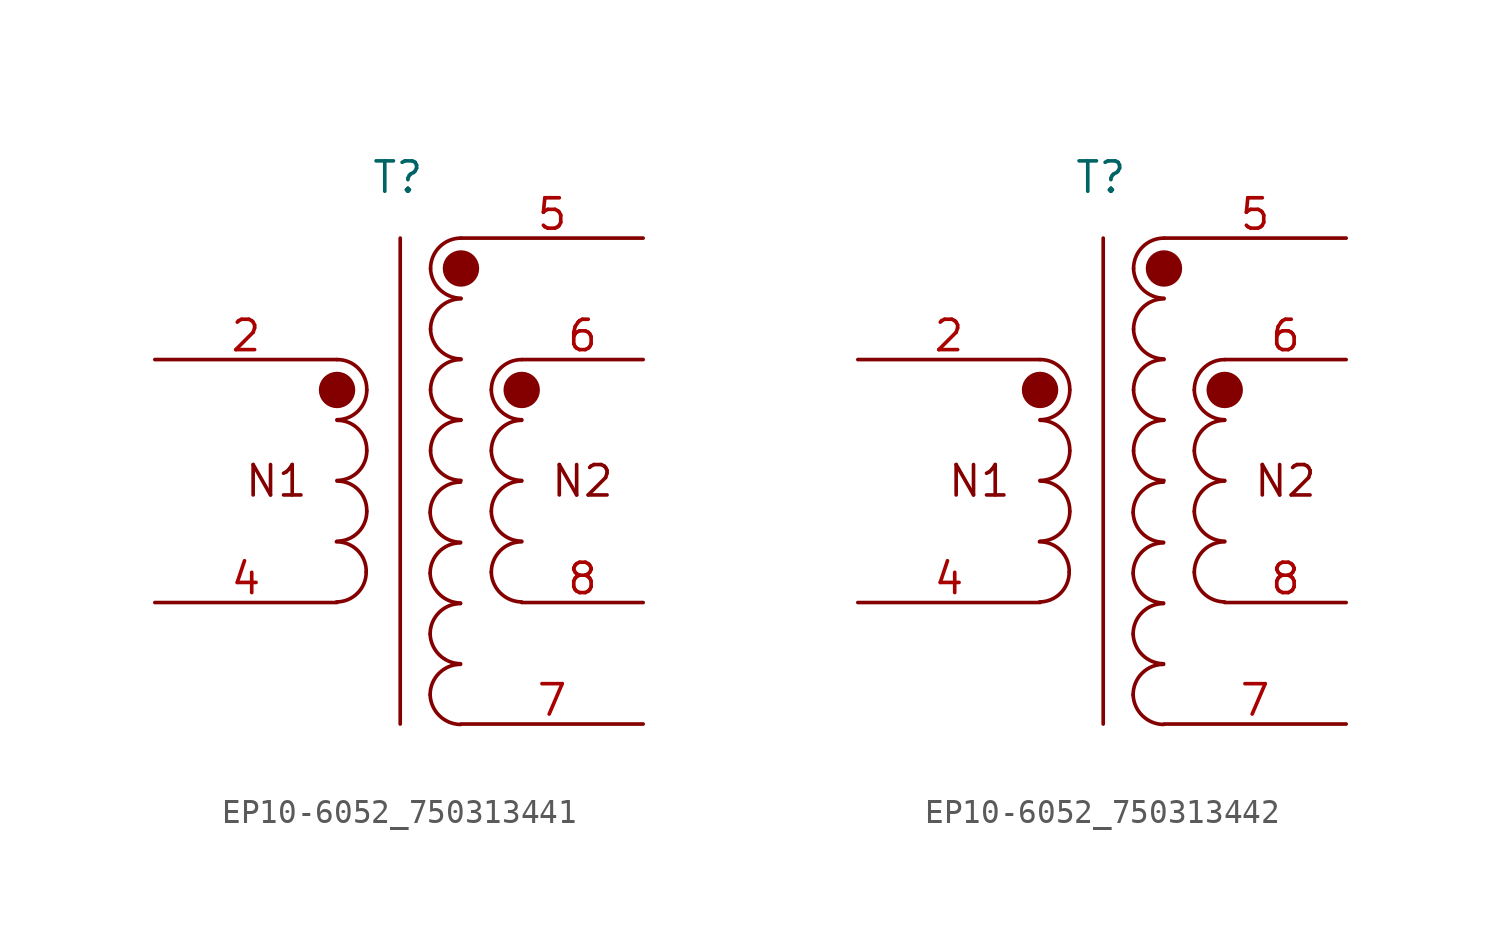
<source format=kicad_sym>
(kicad_symbol_lib
  (version 20220914)
  (generator kicad_symbol_editor)
  (symbol "EP10-6052_750313441"
    (pin_names hide)
    (property "Reference" "T"
      (at 0 12.7 0)
      (effects (font (size 1.27 1.27))))
    (property "Critical Parameter" ""
      (at 0 -5.08 0)
      (effects (font (size 1.27 1.27))))
    (symbol "EP10-6052_750313441_0_1"
      (arc (start -2.5654 -5.0546) (mid -1.6855 -4.6899) (end -1.3208 -3.81) (stroke (width 0) (type default)) (fill (type none)))
      (arc (start -2.54 -2.5146) (mid -1.6596 -2.1504) (end -1.2954 -1.27) (stroke (width 0) (type default)) (fill (type none)))
      (arc (start -2.54 0.0254) (mid -1.6596 0.3896) (end -1.2954 1.27) (stroke (width 0) (type default)) (fill (type none)))
      (arc (start -2.54 2.5654) (mid -1.6596 2.9296) (end -1.2954 3.81) (stroke (width 0) (type default)) (fill (type none)))
      (arc (start -1.3208 -3.81) (mid -1.6712 -2.9086) (end -2.5654 -2.54) (stroke (width 0) (type default)) (fill (type none)))
      (arc (start -1.2954 -1.27) (mid -1.6455 -0.3683) (end -2.54 0) (stroke (width 0) (type default)) (fill (type none)))
      (arc (start -1.2954 1.27) (mid -1.6455 2.1717) (end -2.54 2.54) (stroke (width 0) (type default)) (fill (type none)))
      (arc (start -1.2954 3.81) (mid -1.6455 4.7117) (end -2.54 5.08) (stroke (width 0) (type default)) (fill (type none)))
      (polyline (pts (xy 0.102 10.16) (xy 0.102 -10.16)) (stroke (width 0) (type default)) (fill (type none)))
      (arc (start 1.3531 -8.9345) (mid 1.7392 -9.8108) (end 2.6231 -10.1791) (stroke (width 0) (type default)) (fill (type none)))
      (arc (start 1.3531 -6.3945) (mid 1.7392 -7.2708) (end 2.6231 -7.6391) (stroke (width 0) (type default)) (fill (type none)))
      (arc (start 1.3531 -3.8545) (mid 1.7392 -4.7308) (end 2.6231 -5.0991) (stroke (width 0) (type default)) (fill (type none)))
      (arc (start 1.3531 -1.3145) (mid 1.7392 -2.1908) (end 2.6231 -2.5591) (stroke (width 0) (type default)) (fill (type none)))
      (arc (start 1.3716 1.27) (mid 1.7577 0.3937) (end 2.6416 0.0254) (stroke (width 0) (type default)) (fill (type none)))
      (arc (start 1.3716 3.81) (mid 1.7577 2.9337) (end 2.6416 2.5654) (stroke (width 0) (type default)) (fill (type none)))
      (arc (start 1.3716 6.35) (mid 1.7577 5.4737) (end 2.6416 5.1054) (stroke (width 0) (type default)) (fill (type none)))
      (arc (start 1.3716 8.89) (mid 1.7577 8.0137) (end 2.6416 7.6454) (stroke (width 0) (type default)) (fill (type none)))
      (arc (start 2.6231 -7.6645) (mid 1.7252 -8.0366) (end 1.3531 -8.9345) (stroke (width 0) (type default)) (fill (type none)))
      (arc (start 2.6231 -5.1245) (mid 1.7252 -5.4966) (end 1.3531 -6.3945) (stroke (width 0) (type default)) (fill (type none)))
      (arc (start 2.6231 -2.5845) (mid 1.7252 -2.9566) (end 1.3531 -3.8545) (stroke (width 0) (type default)) (fill (type none)))
      (arc (start 2.6231 -0.0445) (mid 1.7252 -0.4166) (end 1.3531 -1.3145) (stroke (width 0) (type default)) (fill (type none)))
      (arc (start 2.6416 2.54) (mid 1.7436 2.168) (end 1.3716 1.27) (stroke (width 0) (type default)) (fill (type none)))
      (arc (start 2.6416 5.08) (mid 1.7436 4.708) (end 1.3716 3.81) (stroke (width 0) (type default)) (fill (type none)))
      (arc (start 2.6416 7.62) (mid 1.7436 7.248) (end 1.3716 6.35) (stroke (width 0) (type default)) (fill (type none)))
      (arc (start 2.6416 10.16) (mid 1.7436 9.788) (end 1.3716 8.89) (stroke (width 0) (type default)) (fill (type none)))
      (arc (start 3.9116 -3.81) (mid 4.2976 -4.6864) (end 5.1816 -5.0546) (stroke (width 0) (type default)) (fill (type none)))
      (arc (start 3.9116 -1.27) (mid 4.2976 -2.1464) (end 5.1816 -2.5146) (stroke (width 0) (type default)) (fill (type none)))
      (arc (start 3.9116 1.27) (mid 4.2976 0.3936) (end 5.1816 0.0254) (stroke (width 0) (type default)) (fill (type none)))
      (arc (start 3.9116 3.81) (mid 4.2976 2.9336) (end 5.1816 2.5654) (stroke (width 0) (type default)) (fill (type none)))
      (arc (start 5.1816 -2.54) (mid 4.2836 -2.912) (end 3.9116 -3.81) (stroke (width 0) (type default)) (fill (type none)))
      (arc (start 5.1816 0) (mid 4.2836 -0.372) (end 3.9116 -1.27) (stroke (width 0) (type default)) (fill (type none)))
      (arc (start 5.1816 2.54) (mid 4.2836 2.168) (end 3.9116 1.27) (stroke (width 0) (type default)) (fill (type none)))
      (arc (start 5.1816 5.08) (mid 4.2836 4.708) (end 3.9116 3.81) (stroke (width 0) (type default)) (fill (type none))))
    (symbol "EP10-6052_750313441_1_1"
      (circle (center -2.54 3.81) (radius 0.0001) (stroke (width 0.762) (type default)) (fill (type none)))
      (circle (center 2.642 8.89) (radius 0.0001) (stroke (width 0.762) (type default)) (fill (type none)))
      (circle (center 5.182 3.81) (radius 0.0001) (stroke (width 0.762) (type default)) (fill (type none)))
      (text "N1" (at -5.08 0 0) (effects (font (size 1.27 1.27))))
      (text "N2" (at 7.722 0 0) (effects (font (size 1.27 1.27))))
      (pin passive line (at -10.16 5.08 0) (length 7.62) (name "2" (effects (font (size 1.27 1.27)))) (number "2" (effects (font (size 1.27 1.27)))))
      (pin passive line (at -10.16 -5.08 0) (length 7.62) (name "4" (effects (font (size 1.27 1.27)))) (number "4" (effects (font (size 1.27 1.27)))))
      (pin passive line (at 10.262 10.16 180) (length 7.62) (name "5" (effects (font (size 1.27 1.27)))) (number "5" (effects (font (size 1.27 1.27)))))
      (pin passive line (at 10.262 5.08 180) (length 5.08) (name "6" (effects (font (size 1.27 1.27)))) (number "6" (effects (font (size 1.27 1.27)))))
      (pin passive line (at 10.262 -10.16 180) (length 7.62) (name "7" (effects (font (size 1.27 1.27)))) (number "7" (effects (font (size 1.27 1.27)))))
      (pin passive line (at 10.262 -5.08 180) (length 5.08) (name "8" (effects (font (size 1.27 1.27)))) (number "8" (effects (font (size 1.27 1.27)))))))
  (symbol "EP10-6052_750313442"
    (pin_names hide)
    (property "Reference" "T"
      (at 0 12.7 0)
      (effects (font (size 1.27 1.27))))
    (property "Critical Parameter" ""
      (at 0 -5.08 0)
      (effects (font (size 1.27 1.27))))
    (symbol "EP10-6052_750313442_0_1"
      (arc (start -2.5654 -5.0546) (mid -1.6855 -4.6899) (end -1.3208 -3.81) (stroke (width 0) (type default)) (fill (type none)))
      (arc (start -2.54 -2.5146) (mid -1.6596 -2.1504) (end -1.2954 -1.27) (stroke (width 0) (type default)) (fill (type none)))
      (arc (start -2.54 0.0254) (mid -1.6596 0.3896) (end -1.2954 1.27) (stroke (width 0) (type default)) (fill (type none)))
      (arc (start -2.54 2.5654) (mid -1.6596 2.9296) (end -1.2954 3.81) (stroke (width 0) (type default)) (fill (type none)))
      (arc (start -1.3208 -3.81) (mid -1.6712 -2.9086) (end -2.5654 -2.54) (stroke (width 0) (type default)) (fill (type none)))
      (arc (start -1.2954 -1.27) (mid -1.6455 -0.3683) (end -2.54 0) (stroke (width 0) (type default)) (fill (type none)))
      (arc (start -1.2954 1.27) (mid -1.6455 2.1717) (end -2.54 2.54) (stroke (width 0) (type default)) (fill (type none)))
      (arc (start -1.2954 3.81) (mid -1.6455 4.7117) (end -2.54 5.08) (stroke (width 0) (type default)) (fill (type none)))
      (polyline (pts (xy 0.102 10.16) (xy 0.102 -10.16)) (stroke (width 0) (type default)) (fill (type none)))
      (arc (start 1.3531 -8.9345) (mid 1.7392 -9.8108) (end 2.6231 -10.1791) (stroke (width 0) (type default)) (fill (type none)))
      (arc (start 1.3531 -6.3945) (mid 1.7392 -7.2708) (end 2.6231 -7.6391) (stroke (width 0) (type default)) (fill (type none)))
      (arc (start 1.3531 -3.8545) (mid 1.7392 -4.7308) (end 2.6231 -5.0991) (stroke (width 0) (type default)) (fill (type none)))
      (arc (start 1.3531 -1.3145) (mid 1.7392 -2.1908) (end 2.6231 -2.5591) (stroke (width 0) (type default)) (fill (type none)))
      (arc (start 1.3716 1.27) (mid 1.7577 0.3937) (end 2.6416 0.0254) (stroke (width 0) (type default)) (fill (type none)))
      (arc (start 1.3716 3.81) (mid 1.7577 2.9337) (end 2.6416 2.5654) (stroke (width 0) (type default)) (fill (type none)))
      (arc (start 1.3716 6.35) (mid 1.7577 5.4737) (end 2.6416 5.1054) (stroke (width 0) (type default)) (fill (type none)))
      (arc (start 1.3716 8.89) (mid 1.7577 8.0137) (end 2.6416 7.6454) (stroke (width 0) (type default)) (fill (type none)))
      (arc (start 2.6231 -7.6645) (mid 1.7252 -8.0366) (end 1.3531 -8.9345) (stroke (width 0) (type default)) (fill (type none)))
      (arc (start 2.6231 -5.1245) (mid 1.7252 -5.4966) (end 1.3531 -6.3945) (stroke (width 0) (type default)) (fill (type none)))
      (arc (start 2.6231 -2.5845) (mid 1.7252 -2.9566) (end 1.3531 -3.8545) (stroke (width 0) (type default)) (fill (type none)))
      (arc (start 2.6231 -0.0445) (mid 1.7252 -0.4166) (end 1.3531 -1.3145) (stroke (width 0) (type default)) (fill (type none)))
      (arc (start 2.6416 2.54) (mid 1.7436 2.168) (end 1.3716 1.27) (stroke (width 0) (type default)) (fill (type none)))
      (arc (start 2.6416 5.08) (mid 1.7436 4.708) (end 1.3716 3.81) (stroke (width 0) (type default)) (fill (type none)))
      (arc (start 2.6416 7.62) (mid 1.7436 7.248) (end 1.3716 6.35) (stroke (width 0) (type default)) (fill (type none)))
      (arc (start 2.6416 10.16) (mid 1.7436 9.788) (end 1.3716 8.89) (stroke (width 0) (type default)) (fill (type none)))
      (arc (start 3.9116 -3.81) (mid 4.2976 -4.6864) (end 5.1816 -5.0546) (stroke (width 0) (type default)) (fill (type none)))
      (arc (start 3.9116 -1.27) (mid 4.2976 -2.1464) (end 5.1816 -2.5146) (stroke (width 0) (type default)) (fill (type none)))
      (arc (start 3.9116 1.27) (mid 4.2976 0.3936) (end 5.1816 0.0254) (stroke (width 0) (type default)) (fill (type none)))
      (arc (start 3.9116 3.81) (mid 4.2976 2.9336) (end 5.1816 2.5654) (stroke (width 0) (type default)) (fill (type none)))
      (arc (start 5.1816 -2.54) (mid 4.2836 -2.912) (end 3.9116 -3.81) (stroke (width 0) (type default)) (fill (type none)))
      (arc (start 5.1816 0) (mid 4.2836 -0.372) (end 3.9116 -1.27) (stroke (width 0) (type default)) (fill (type none)))
      (arc (start 5.1816 2.54) (mid 4.2836 2.168) (end 3.9116 1.27) (stroke (width 0) (type default)) (fill (type none)))
      (arc (start 5.1816 5.08) (mid 4.2836 4.708) (end 3.9116 3.81) (stroke (width 0) (type default)) (fill (type none))))
    (symbol "EP10-6052_750313442_1_1"
      (circle (center -2.54 3.81) (radius 0.0001) (stroke (width 0.762) (type default)) (fill (type none)))
      (circle (center 2.642 8.89) (radius 0.0001) (stroke (width 0.762) (type default)) (fill (type none)))
      (circle (center 5.182 3.81) (radius 0.0001) (stroke (width 0.762) (type default)) (fill (type none)))
      (text "N1" (at -5.08 0 0) (effects (font (size 1.27 1.27))))
      (text "N2" (at 7.722 0 0) (effects (font (size 1.27 1.27))))
      (pin passive line (at -10.16 5.08 0) (length 7.62) (name "2" (effects (font (size 1.27 1.27)))) (number "2" (effects (font (size 1.27 1.27)))))
      (pin passive line (at -10.16 -5.08 0) (length 7.62) (name "4" (effects (font (size 1.27 1.27)))) (number "4" (effects (font (size 1.27 1.27)))))
      (pin passive line (at 10.262 10.16 180) (length 7.62) (name "5" (effects (font (size 1.27 1.27)))) (number "5" (effects (font (size 1.27 1.27)))))
      (pin passive line (at 10.262 5.08 180) (length 5.08) (name "6" (effects (font (size 1.27 1.27)))) (number "6" (effects (font (size 1.27 1.27)))))
      (pin passive line (at 10.262 -10.16 180) (length 7.62) (name "7" (effects (font (size 1.27 1.27)))) (number "7" (effects (font (size 1.27 1.27)))))
      (pin passive line (at 10.262 -5.08 180) (length 5.08) (name "8" (effects (font (size 1.27 1.27)))) (number "8" (effects (font (size 1.27 1.27))))))))
</source>
